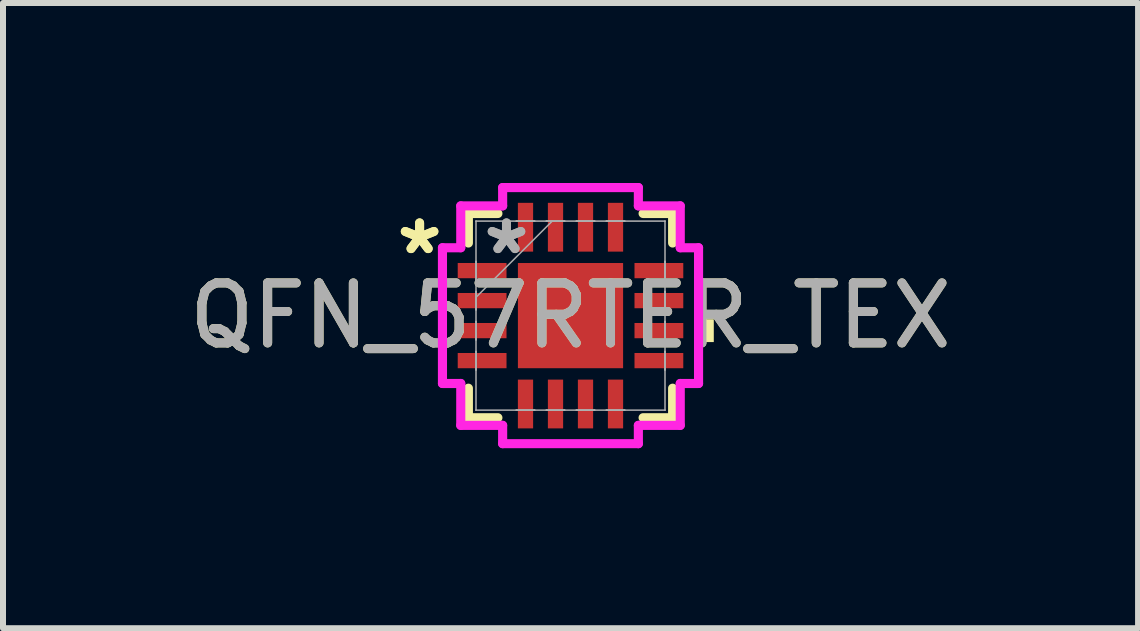
<source format=kicad_pcb>
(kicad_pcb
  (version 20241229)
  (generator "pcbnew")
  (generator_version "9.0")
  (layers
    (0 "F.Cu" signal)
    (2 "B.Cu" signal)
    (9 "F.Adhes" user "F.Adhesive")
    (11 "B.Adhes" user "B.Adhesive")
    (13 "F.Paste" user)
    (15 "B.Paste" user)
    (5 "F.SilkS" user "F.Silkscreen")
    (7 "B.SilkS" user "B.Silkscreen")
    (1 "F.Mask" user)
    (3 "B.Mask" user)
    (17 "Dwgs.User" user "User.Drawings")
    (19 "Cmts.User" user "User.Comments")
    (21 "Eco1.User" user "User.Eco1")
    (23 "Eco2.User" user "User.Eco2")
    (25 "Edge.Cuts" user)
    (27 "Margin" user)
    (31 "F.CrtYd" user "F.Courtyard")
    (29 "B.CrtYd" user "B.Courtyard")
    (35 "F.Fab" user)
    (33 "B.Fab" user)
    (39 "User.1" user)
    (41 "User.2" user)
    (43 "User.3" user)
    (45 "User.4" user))
  (footprint "QFN_57RTER_TEX"
    (layer "F.Cu")
    (at 6.458 2.21)
    (property "Reference" "QFN_57RTER_TEX" (at 0 0 0) (unlocked yes) (layer "F.SilkS") (effects (font (size 1 1) (thickness 0.15))))
    (attr smd)
    (fp_line (start -1.702 -1.702) (end -1.702 -1.21) (stroke (width 0.152) (type solid)) (layer "F.SilkS"))
    (fp_line (start -1.702 1.21) (end -1.702 1.702) (stroke (width 0.152) (type solid)) (layer "F.SilkS"))
    (fp_line (start -1.702 1.702) (end -1.21 1.702) (stroke (width 0.152) (type solid)) (layer "F.SilkS"))
    (fp_line (start -1.21 -1.702) (end -1.702 -1.702) (stroke (width 0.152) (type solid)) (layer "F.SilkS"))
    (fp_line (start 1.21 1.702) (end 1.702 1.702) (stroke (width 0.152) (type solid)) (layer "F.SilkS"))
    (fp_line (start 1.702 -1.702) (end 1.21 -1.702) (stroke (width 0.152) (type solid)) (layer "F.SilkS"))
    (fp_line (start 1.702 -1.21) (end 1.702 -1.702) (stroke (width 0.152) (type solid)) (layer "F.SilkS"))
    (fp_line (start 1.702 1.702) (end 1.702 1.21) (stroke (width 0.152) (type solid)) (layer "F.SilkS"))
    (fp_poly (pts (xy 2.388 0.06) (xy 2.388 0.441) (xy 2.134 0.441) (xy 2.134 0.06)) (stroke (width 0) (type solid)) (fill yes) (layer "F.SilkS"))
    (fp_line (start -2.134 -1.131) (end -1.829 -1.131) (stroke (width 0.152) (type solid)) (layer "F.CrtYd"))
    (fp_line (start -2.134 1.131) (end -2.134 -1.131) (stroke (width 0.152) (type solid)) (layer "F.CrtYd"))
    (fp_line (start -1.829 -1.829) (end -1.131 -1.829) (stroke (width 0.152) (type solid)) (layer "F.CrtYd"))
    (fp_line (start -1.829 -1.131) (end -1.829 -1.829) (stroke (width 0.152) (type solid)) (layer "F.CrtYd"))
    (fp_line (start -1.829 1.131) (end -2.134 1.131) (stroke (width 0.152) (type solid)) (layer "F.CrtYd"))
    (fp_line (start -1.829 1.829) (end -1.829 1.131) (stroke (width 0.152) (type solid)) (layer "F.CrtYd"))
    (fp_line (start -1.131 -2.134) (end 1.131 -2.134) (stroke (width 0.152) (type solid)) (layer "F.CrtYd"))
    (fp_line (start -1.131 -1.829) (end -1.131 -2.134) (stroke (width 0.152) (type solid)) (layer "F.CrtYd"))
    (fp_line (start -1.131 1.829) (end -1.829 1.829) (stroke (width 0.152) (type solid)) (layer "F.CrtYd"))
    (fp_line (start -1.131 2.134) (end -1.131 1.829) (stroke (width 0.152) (type solid)) (layer "F.CrtYd"))
    (fp_line (start 1.131 -2.134) (end 1.131 -1.829) (stroke (width 0.152) (type solid)) (layer "F.CrtYd"))
    (fp_line (start 1.131 -1.829) (end 1.829 -1.829) (stroke (width 0.152) (type solid)) (layer "F.CrtYd"))
    (fp_line (start 1.131 1.829) (end 1.131 2.134) (stroke (width 0.152) (type solid)) (layer "F.CrtYd"))
    (fp_line (start 1.131 2.134) (end -1.131 2.134) (stroke (width 0.152) (type solid)) (layer "F.CrtYd"))
    (fp_line (start 1.829 -1.829) (end 1.829 -1.131) (stroke (width 0.152) (type solid)) (layer "F.CrtYd"))
    (fp_line (start 1.829 -1.131) (end 2.134 -1.131) (stroke (width 0.152) (type solid)) (layer "F.CrtYd"))
    (fp_line (start 1.829 1.131) (end 1.829 1.829) (stroke (width 0.152) (type solid)) (layer "F.CrtYd"))
    (fp_line (start 1.829 1.829) (end 1.131 1.829) (stroke (width 0.152) (type solid)) (layer "F.CrtYd"))
    (fp_line (start 2.134 -1.131) (end 2.134 1.131) (stroke (width 0.152) (type solid)) (layer "F.CrtYd"))
    (fp_line (start 2.134 1.131) (end 1.829 1.131) (stroke (width 0.152) (type solid)) (layer "F.CrtYd"))
    (fp_line (start -1.575 -1.575) (end -1.575 -1.575) (stroke (width 0.025) (type solid)) (layer "F.Fab"))
    (fp_line (start -1.575 -1.575) (end -1.575 1.575) (stroke (width 0.025) (type solid)) (layer "F.Fab"))
    (fp_line (start -1.575 -0.903) (end -1.575 -0.903) (stroke (width 0.025) (type solid)) (layer "F.Fab"))
    (fp_line (start -1.575 -0.903) (end -1.575 -0.598) (stroke (width 0.025) (type solid)) (layer "F.Fab"))
    (fp_line (start -1.575 -0.598) (end -1.575 -0.903) (stroke (width 0.025) (type solid)) (layer "F.Fab"))
    (fp_line (start -1.575 -0.598) (end -1.575 -0.598) (stroke (width 0.025) (type solid)) (layer "F.Fab"))
    (fp_line (start -1.575 -0.402) (end -1.575 -0.402) (stroke (width 0.025) (type solid)) (layer "F.Fab"))
    (fp_line (start -1.575 -0.402) (end -1.575 -0.098) (stroke (width 0.025) (type solid)) (layer "F.Fab"))
    (fp_line (start -1.575 -0.305) (end -0.305 -1.575) (stroke (width 0.025) (type solid)) (layer "F.Fab"))
    (fp_line (start -1.575 -0.098) (end -1.575 -0.402) (stroke (width 0.025) (type solid)) (layer "F.Fab"))
    (fp_line (start -1.575 -0.098) (end -1.575 -0.098) (stroke (width 0.025) (type solid)) (layer "F.Fab"))
    (fp_line (start -1.575 0.098) (end -1.575 0.098) (stroke (width 0.025) (type solid)) (layer "F.Fab"))
    (fp_line (start -1.575 0.098) (end -1.575 0.402) (stroke (width 0.025) (type solid)) (layer "F.Fab"))
    (fp_line (start -1.575 0.402) (end -1.575 0.098) (stroke (width 0.025) (type solid)) (layer "F.Fab"))
    (fp_line (start -1.575 0.402) (end -1.575 0.402) (stroke (width 0.025) (type solid)) (layer "F.Fab"))
    (fp_line (start -1.575 0.598) (end -1.575 0.598) (stroke (width 0.025) (type solid)) (layer "F.Fab"))
    (fp_line (start -1.575 0.598) (end -1.575 0.903) (stroke (width 0.025) (type solid)) (layer "F.Fab"))
    (fp_line (start -1.575 0.903) (end -1.575 0.598) (stroke (width 0.025) (type solid)) (layer "F.Fab"))
    (fp_line (start -1.575 0.903) (end -1.575 0.903) (stroke (width 0.025) (type solid)) (layer "F.Fab"))
    (fp_line (start -1.575 1.575) (end -1.575 1.575) (stroke (width 0.025) (type solid)) (layer "F.Fab"))
    (fp_line (start -1.575 1.575) (end 1.575 1.575) (stroke (width 0.025) (type solid)) (layer "F.Fab"))
    (fp_line (start -0.903 -1.575) (end -0.903 -1.575) (stroke (width 0.025) (type solid)) (layer "F.Fab"))
    (fp_line (start -0.903 -1.575) (end -0.598 -1.575) (stroke (width 0.025) (type solid)) (layer "F.Fab"))
    (fp_line (start -0.903 1.575) (end -0.903 1.575) (stroke (width 0.025) (type solid)) (layer "F.Fab"))
    (fp_line (start -0.903 1.575) (end -0.598 1.575) (stroke (width 0.025) (type solid)) (layer "F.Fab"))
    (fp_line (start -0.598 -1.575) (end -0.903 -1.575) (stroke (width 0.025) (type solid)) (layer "F.Fab"))
    (fp_line (start -0.598 -1.575) (end -0.598 -1.575) (stroke (width 0.025) (type solid)) (layer "F.Fab"))
    (fp_line (start -0.598 1.575) (end -0.903 1.575) (stroke (width 0.025) (type solid)) (layer "F.Fab"))
    (fp_line (start -0.598 1.575) (end -0.598 1.575) (stroke (width 0.025) (type solid)) (layer "F.Fab"))
    (fp_line (start -0.402 -1.575) (end -0.402 -1.575) (stroke (width 0.025) (type solid)) (layer "F.Fab"))
    (fp_line (start -0.402 -1.575) (end -0.098 -1.575) (stroke (width 0.025) (type solid)) (layer "F.Fab"))
    (fp_line (start -0.402 1.575) (end -0.402 1.575) (stroke (width 0.025) (type solid)) (layer "F.Fab"))
    (fp_line (start -0.402 1.575) (end -0.098 1.575) (stroke (width 0.025) (type solid)) (layer "F.Fab"))
    (fp_line (start -0.098 -1.575) (end -0.402 -1.575) (stroke (width 0.025) (type solid)) (layer "F.Fab"))
    (fp_line (start -0.098 -1.575) (end -0.098 -1.575) (stroke (width 0.025) (type solid)) (layer "F.Fab"))
    (fp_line (start -0.098 1.575) (end -0.402 1.575) (stroke (width 0.025) (type solid)) (layer "F.Fab"))
    (fp_line (start -0.098 1.575) (end -0.098 1.575) (stroke (width 0.025) (type solid)) (layer "F.Fab"))
    (fp_line (start 0.098 -1.575) (end 0.098 -1.575) (stroke (width 0.025) (type solid)) (layer "F.Fab"))
    (fp_line (start 0.098 -1.575) (end 0.402 -1.575) (stroke (width 0.025) (type solid)) (layer "F.Fab"))
    (fp_line (start 0.098 1.575) (end 0.098 1.575) (stroke (width 0.025) (type solid)) (layer "F.Fab"))
    (fp_line (start 0.098 1.575) (end 0.402 1.575) (stroke (width 0.025) (type solid)) (layer "F.Fab"))
    (fp_line (start 0.402 -1.575) (end 0.098 -1.575) (stroke (width 0.025) (type solid)) (layer "F.Fab"))
    (fp_line (start 0.402 -1.575) (end 0.402 -1.575) (stroke (width 0.025) (type solid)) (layer "F.Fab"))
    (fp_line (start 0.402 1.575) (end 0.098 1.575) (stroke (width 0.025) (type solid)) (layer "F.Fab"))
    (fp_line (start 0.402 1.575) (end 0.402 1.575) (stroke (width 0.025) (type solid)) (layer "F.Fab"))
    (fp_line (start 0.598 -1.575) (end 0.598 -1.575) (stroke (width 0.025) (type solid)) (layer "F.Fab"))
    (fp_line (start 0.598 -1.575) (end 0.903 -1.575) (stroke (width 0.025) (type solid)) (layer "F.Fab"))
    (fp_line (start 0.598 1.575) (end 0.598 1.575) (stroke (width 0.025) (type solid)) (layer "F.Fab"))
    (fp_line (start 0.598 1.575) (end 0.903 1.575) (stroke (width 0.025) (type solid)) (layer "F.Fab"))
    (fp_line (start 0.903 -1.575) (end 0.598 -1.575) (stroke (width 0.025) (type solid)) (layer "F.Fab"))
    (fp_line (start 0.903 -1.575) (end 0.903 -1.575) (stroke (width 0.025) (type solid)) (layer "F.Fab"))
    (fp_line (start 0.903 1.575) (end 0.598 1.575) (stroke (width 0.025) (type solid)) (layer "F.Fab"))
    (fp_line (start 0.903 1.575) (end 0.903 1.575) (stroke (width 0.025) (type solid)) (layer "F.Fab"))
    (fp_line (start 1.575 -1.575) (end -1.575 -1.575) (stroke (width 0.025) (type solid)) (layer "F.Fab"))
    (fp_line (start 1.575 -1.575) (end 1.575 -1.575) (stroke (width 0.025) (type solid)) (layer "F.Fab"))
    (fp_line (start 1.575 -0.903) (end 1.575 -0.903) (stroke (width 0.025) (type solid)) (layer "F.Fab"))
    (fp_line (start 1.575 -0.903) (end 1.575 -0.598) (stroke (width 0.025) (type solid)) (layer "F.Fab"))
    (fp_line (start 1.575 -0.598) (end 1.575 -0.903) (stroke (width 0.025) (type solid)) (layer "F.Fab"))
    (fp_line (start 1.575 -0.598) (end 1.575 -0.598) (stroke (width 0.025) (type solid)) (layer "F.Fab"))
    (fp_line (start 1.575 -0.402) (end 1.575 -0.402) (stroke (width 0.025) (type solid)) (layer "F.Fab"))
    (fp_line (start 1.575 -0.402) (end 1.575 -0.098) (stroke (width 0.025) (type solid)) (layer "F.Fab"))
    (fp_line (start 1.575 -0.098) (end 1.575 -0.402) (stroke (width 0.025) (type solid)) (layer "F.Fab"))
    (fp_line (start 1.575 -0.098) (end 1.575 -0.098) (stroke (width 0.025) (type solid)) (layer "F.Fab"))
    (fp_line (start 1.575 0.098) (end 1.575 0.098) (stroke (width 0.025) (type solid)) (layer "F.Fab"))
    (fp_line (start 1.575 0.098) (end 1.575 0.402) (stroke (width 0.025) (type solid)) (layer "F.Fab"))
    (fp_line (start 1.575 0.402) (end 1.575 0.098) (stroke (width 0.025) (type solid)) (layer "F.Fab"))
    (fp_line (start 1.575 0.402) (end 1.575 0.402) (stroke (width 0.025) (type solid)) (layer "F.Fab"))
    (fp_line (start 1.575 0.598) (end 1.575 0.598) (stroke (width 0.025) (type solid)) (layer "F.Fab"))
    (fp_line (start 1.575 0.598) (end 1.575 0.903) (stroke (width 0.025) (type solid)) (layer "F.Fab"))
    (fp_line (start 1.575 0.903) (end 1.575 0.598) (stroke (width 0.025) (type solid)) (layer "F.Fab"))
    (fp_line (start 1.575 0.903) (end 1.575 0.903) (stroke (width 0.025) (type solid)) (layer "F.Fab"))
    (fp_line (start 1.575 1.575) (end 1.575 -1.575) (stroke (width 0.025) (type solid)) (layer "F.Fab"))
    (fp_line (start 1.575 1.575) (end 1.575 1.575) (stroke (width 0.025) (type solid)) (layer "F.Fab"))
    (fp_text user "*" (at -2.515 -1 0) (unlocked yes) (layer "F.SilkS") (effects (font (size 1 1) (thickness 0.15))))
    (fp_text user "*" (at -2.515 -1 0) (layer "F.SilkS") (effects (font (size 1 1) (thickness 0.15))))
    (fp_text user "*" (at -1.067 -1 0) (layer "F.Fab") (effects (font (size 1 1) (thickness 0.15))))
    (fp_text user "${REFERENCE}" (at 0 0 0) (unlocked yes) (layer "F.Fab") (effects (font (size 1 1) (thickness 0.15))))
    (fp_text user "*" (at -1.067 -1 0) (unlocked yes) (layer "F.Fab") (effects (font (size 1 1) (thickness 0.15))))
    (pad "1" smd rect (at -1.473 -0.75 90) (size 0.254 0.813) (layers "F.Cu" "F.Mask" "F.Paste"))
    (pad "2" smd rect (at -1.473 -0.25 90) (size 0.254 0.813) (layers "F.Cu" "F.Mask" "F.Paste"))
    (pad "3" smd rect (at -1.473 0.25 90) (size 0.254 0.813) (layers "F.Cu" "F.Mask" "F.Paste"))
    (pad "4" smd rect (at -1.473 0.75 90) (size 0.254 0.813) (layers "F.Cu" "F.Mask" "F.Paste"))
    (pad "5" smd rect (at -0.75 1.473) (size 0.254 0.813) (layers "F.Cu" "F.Mask" "F.Paste"))
    (pad "6" smd rect (at -0.25 1.473) (size 0.254 0.813) (layers "F.Cu" "F.Mask" "F.Paste"))
    (pad "7" smd rect (at 0.25 1.473) (size 0.254 0.813) (layers "F.Cu" "F.Mask" "F.Paste"))
    (pad "8" smd rect (at 0.75 1.473) (size 0.254 0.813) (layers "F.Cu" "F.Mask" "F.Paste"))
    (pad "9" smd rect (at 1.473 0.75 90) (size 0.254 0.813) (layers "F.Cu" "F.Mask" "F.Paste"))
    (pad "10" smd rect (at 1.473 0.25 90) (size 0.254 0.813) (layers "F.Cu" "F.Mask" "F.Paste"))
    (pad "11" smd rect (at 1.473 -0.25 90) (size 0.254 0.813) (layers "F.Cu" "F.Mask" "F.Paste"))
    (pad "12" smd rect (at 1.473 -0.75 90) (size 0.254 0.813) (layers "F.Cu" "F.Mask" "F.Paste"))
    (pad "13" smd rect (at 0.75 -1.473) (size 0.254 0.813) (layers "F.Cu" "F.Mask" "F.Paste"))
    (pad "14" smd rect (at 0.25 -1.473) (size 0.254 0.813) (layers "F.Cu" "F.Mask" "F.Paste"))
    (pad "15" smd rect (at -0.25 -1.473) (size 0.254 0.813) (layers "F.Cu" "F.Mask" "F.Paste"))
    (pad "16" smd rect (at -0.75 -1.473) (size 0.254 0.813) (layers "F.Cu" "F.Mask" "F.Paste"))
    (pad "17" smd rect (at 0 0) (size 1.753 1.753) (layers "F.Cu" "F.Mask" "F.Paste")))
  (gr_rect
    (start -3 -3)
    (end 15.917 7.42)
    (stroke (width 0.1) (type default))
    (fill no)
    (layer "Edge.Cuts")))
</source>
